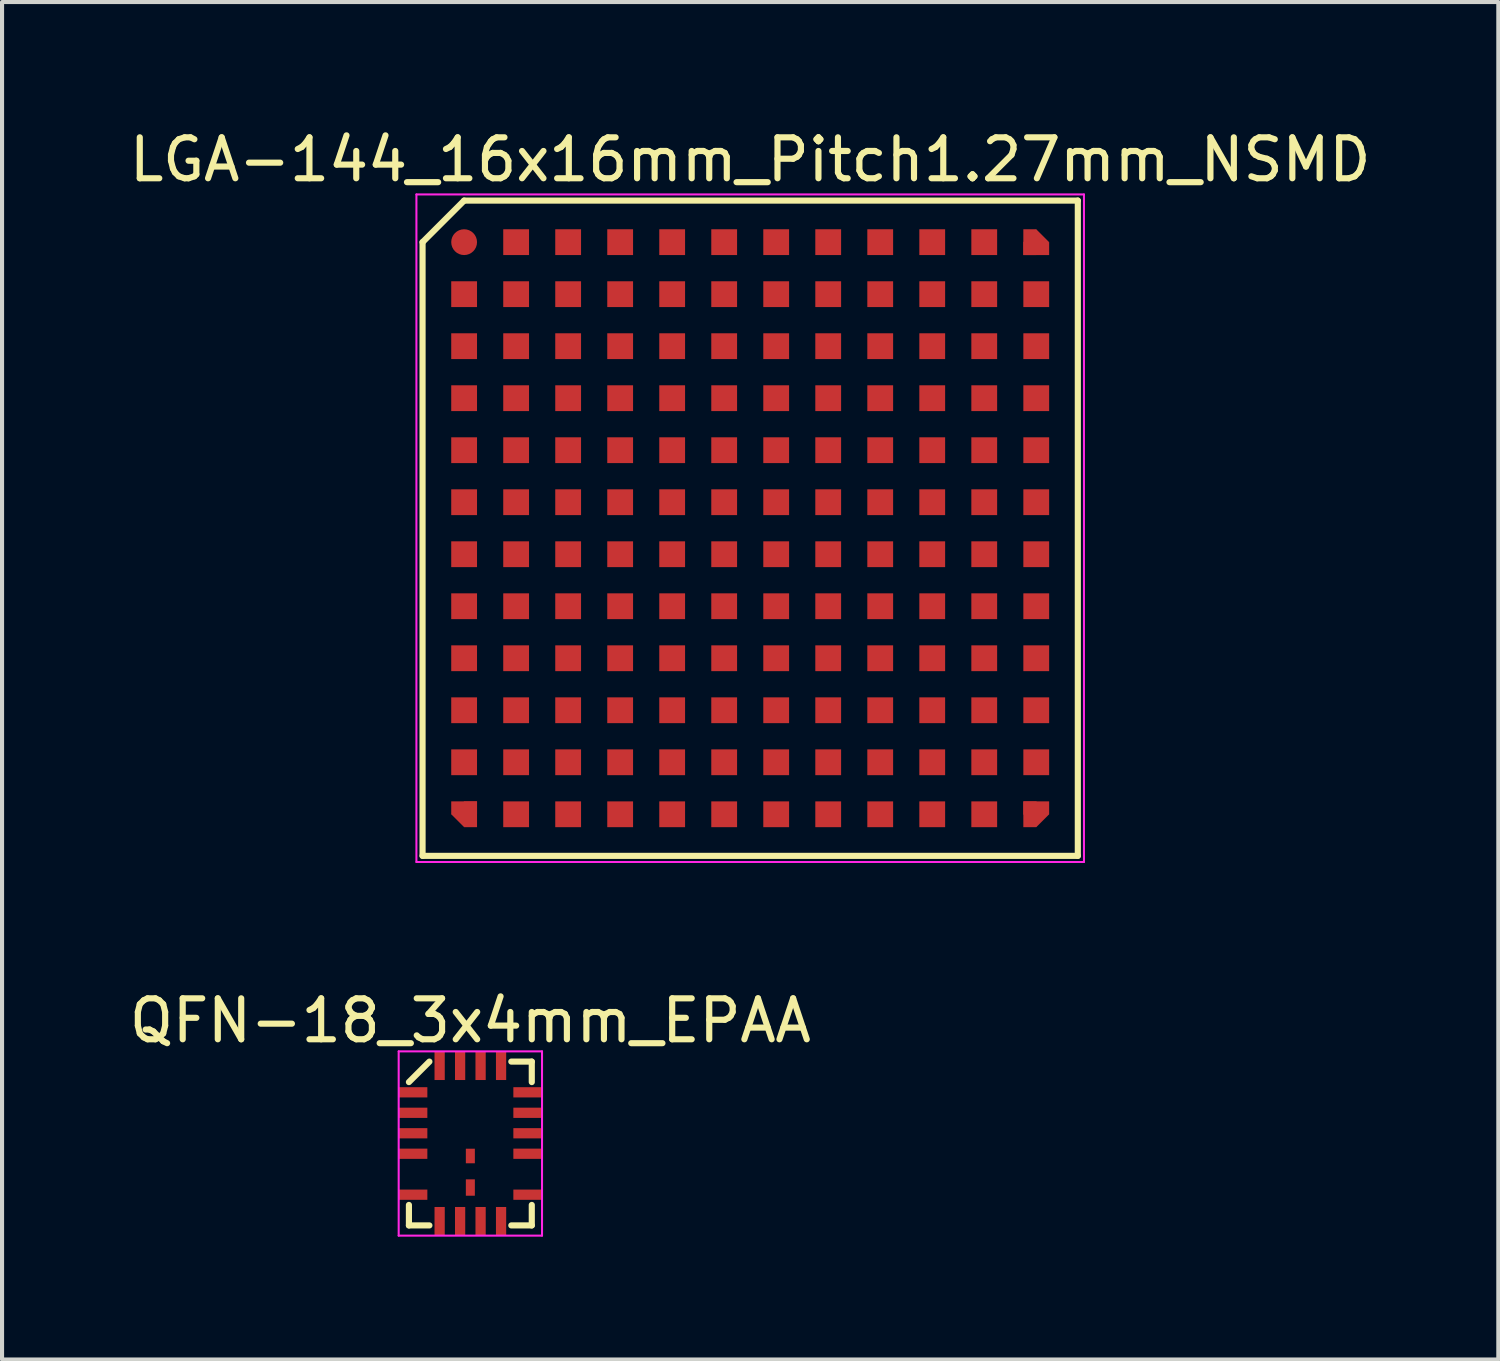
<source format=kicad_pcb>
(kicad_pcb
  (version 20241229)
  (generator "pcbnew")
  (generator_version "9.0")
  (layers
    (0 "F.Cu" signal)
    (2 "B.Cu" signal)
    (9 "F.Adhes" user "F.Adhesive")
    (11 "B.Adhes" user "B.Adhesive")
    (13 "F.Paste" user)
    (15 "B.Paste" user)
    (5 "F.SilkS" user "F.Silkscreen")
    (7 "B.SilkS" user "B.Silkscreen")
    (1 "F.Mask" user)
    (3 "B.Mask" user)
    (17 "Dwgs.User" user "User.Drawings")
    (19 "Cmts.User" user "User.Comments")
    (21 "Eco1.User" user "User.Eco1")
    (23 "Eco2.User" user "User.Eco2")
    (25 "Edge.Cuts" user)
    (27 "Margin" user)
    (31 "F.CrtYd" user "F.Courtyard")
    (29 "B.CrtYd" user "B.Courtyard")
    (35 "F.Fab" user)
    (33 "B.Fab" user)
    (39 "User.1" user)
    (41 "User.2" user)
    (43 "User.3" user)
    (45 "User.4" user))
  (footprint "QFN-18_3x4mm_EPAA"
    (layer "F.Cu")
    (at 8.435 24.872)
    (property "Reference" "QFN-18_3x4mm_EPAA" (at 0 -3 0) (layer "F.SilkS") (effects (font (size 1 1) (thickness 0.15))))
    (attr smd)
    (fp_line (start -1.5 1.5) (end -1.5 2) (stroke (width 0.15) (type solid)) (layer "F.SilkS"))
    (fp_line (start -1.5 2) (end -1 2) (stroke (width 0.15) (type solid)) (layer "F.SilkS"))
    (fp_line (start -1 -2) (end -1.5 -1.5) (stroke (width 0.15) (type solid)) (layer "F.SilkS"))
    (fp_line (start 1 2) (end 1.5 2) (stroke (width 0.15) (type solid)) (layer "F.SilkS"))
    (fp_line (start 1.5 -2) (end 1 -2) (stroke (width 0.15) (type solid)) (layer "F.SilkS"))
    (fp_line (start 1.5 -1.5) (end 1.5 -2) (stroke (width 0.15) (type solid)) (layer "F.SilkS"))
    (fp_line (start 1.5 2) (end 1.5 1.5) (stroke (width 0.15) (type solid)) (layer "F.SilkS"))
    (fp_line (start -1.75 -2.25) (end 1.75 -2.25) (stroke (width 0.05) (type solid)) (layer "F.CrtYd"))
    (fp_line (start -1.75 2.25) (end -1.75 -2.25) (stroke (width 0.05) (type solid)) (layer "F.CrtYd"))
    (fp_line (start 1.75 -2.25) (end 1.75 2.25) (stroke (width 0.05) (type solid)) (layer "F.CrtYd"))
    (fp_line (start 1.75 2.25) (end -1.75 2.25) (stroke (width 0.05) (type solid)) (layer "F.CrtYd"))
    (pad "1" smd rect (at -1.4 -1.25 90) (size 0.25 0.7) (layers "F.Cu" "F.Mask" "F.Paste"))
    (pad "2" smd rect (at -1.4 -0.75 90) (size 0.25 0.7) (layers "F.Cu" "F.Mask" "F.Paste"))
    (pad "3" smd rect (at -1.4 -0.25 90) (size 0.25 0.7) (layers "F.Cu" "F.Mask" "F.Paste"))
    (pad "4" smd rect (at -1.4 0.25 90) (size 0.25 0.7) (layers "F.Cu" "F.Mask" "F.Paste"))
    (pad "6" smd rect (at -1.4 1.25 90) (size 0.25 0.7) (layers "F.Cu" "F.Mask" "F.Paste"))
    (pad "7" smd rect (at -0.75 1.9) (size 0.25 0.7) (layers "F.Cu" "F.Mask" "F.Paste"))
    (pad "8" smd rect (at -0.25 1.9) (size 0.25 0.7) (layers "F.Cu" "F.Mask" "F.Paste"))
    (pad "9" smd rect (at 0.25 1.9) (size 0.25 0.7) (layers "F.Cu" "F.Mask" "F.Paste"))
    (pad "10" smd rect (at 0.75 1.9) (size 0.25 0.7) (layers "F.Cu" "F.Mask" "F.Paste"))
    (pad "11" smd rect (at 1.4 1.25 90) (size 0.25 0.7) (layers "F.Cu" "F.Mask" "F.Paste"))
    (pad "13" smd rect (at 1.4 0.25 90) (size 0.25 0.7) (layers "F.Cu" "F.Mask" "F.Paste"))
    (pad "14" smd rect (at 1.4 -0.25 90) (size 0.25 0.7) (layers "F.Cu" "F.Mask" "F.Paste"))
    (pad "15" smd rect (at 1.4 -0.75 90) (size 0.25 0.7) (layers "F.Cu" "F.Mask" "F.Paste"))
    (pad "16" smd rect (at 1.4 -1.25 90) (size 0.25 0.7) (layers "F.Cu" "F.Mask" "F.Paste"))
    (pad "17" smd rect (at 0.75 -1.9) (size 0.25 0.7) (layers "F.Cu" "F.Mask" "F.Paste"))
    (pad "18" smd rect (at 0.25 -1.9) (size 0.25 0.7) (layers "F.Cu" "F.Mask" "F.Paste"))
    (pad "19" smd rect (at -0.25 -1.9) (size 0.25 0.7) (layers "F.Cu" "F.Mask" "F.Paste"))
    (pad "20" smd rect (at -0.75 -1.9) (size 0.25 0.7) (layers "F.Cu" "F.Mask" "F.Paste"))
    (pad "21" smd rect (at 0 1.075) (size 0.22 0.4) (layers "F.Cu" "F.Mask" "F.Paste"))
    (pad "22" smd rect (at 0 0.305) (size 0.22 0.356) (layers "F.Cu" "F.Mask" "F.Paste")))
  (footprint "LGA-144_16x16mm_Pitch1.27mm_NSMD"
    (layer "F.Cu")
    (at 15.268 9.848)
    (property "Reference" "LGA-144_16x16mm_Pitch1.27mm_NSMD" (at 0 -9 0) (layer "F.SilkS") (effects (font (size 1 1) (thickness 0.15))))
    (attr smd)
    (fp_line (start -8 -6.985) (end -8 8) (stroke (width 0.15) (type solid)) (layer "F.SilkS"))
    (fp_line (start -8 8) (end 8 8) (stroke (width 0.15) (type solid)) (layer "F.SilkS"))
    (fp_line (start -6.985 -8) (end -8 -6.985) (stroke (width 0.15) (type solid)) (layer "F.SilkS"))
    (fp_line (start 8 -8) (end -6.985 -8) (stroke (width 0.15) (type solid)) (layer "F.SilkS"))
    (fp_line (start 8 8) (end 8 -8) (stroke (width 0.15) (type solid)) (layer "F.SilkS"))
    (fp_line (start -8.15 -8.15) (end 8.15 -8.15) (stroke (width 0.05) (type solid)) (layer "F.CrtYd"))
    (fp_line (start -8.15 8.15) (end -8.15 -8.15) (stroke (width 0.05) (type solid)) (layer "F.CrtYd"))
    (fp_line (start 8.15 -8.15) (end 8.15 8.15) (stroke (width 0.05) (type solid)) (layer "F.CrtYd"))
    (fp_line (start 8.15 8.15) (end -8.15 8.15) (stroke (width 0.05) (type solid)) (layer "F.CrtYd"))
    (pad "A1" smd circle (at -6.985 -6.985) (size 0.63 0.63) (layers "F.Cu" "F.Mask" "F.Paste"))
    (pad "A2" smd rect (at -6.985 -5.715) (size 0.63 0.63) (layers "F.Cu" "F.Mask" "F.Paste"))
    (pad "A3" smd rect (at -6.985 -4.445) (size 0.63 0.63) (layers "F.Cu" "F.Mask" "F.Paste"))
    (pad "A4" smd rect (at -6.985 -3.175) (size 0.63 0.63) (layers "F.Cu" "F.Mask" "F.Paste"))
    (pad "A5" smd rect (at -6.985 -1.905) (size 0.63 0.63) (layers "F.Cu" "F.Mask" "F.Paste"))
    (pad "A6" smd rect (at -6.985 -0.635) (size 0.63 0.63) (layers "F.Cu" "F.Mask" "F.Paste"))
    (pad "A7" smd rect (at -6.985 0.635) (size 0.63 0.63) (layers "F.Cu" "F.Mask" "F.Paste"))
    (pad "A8" smd rect (at -6.985 1.905) (size 0.63 0.63) (layers "F.Cu" "F.Mask" "F.Paste"))
    (pad "A9" smd rect (at -6.985 3.175) (size 0.63 0.63) (layers "F.Cu" "F.Mask" "F.Paste"))
    (pad "A10" smd rect (at -6.985 4.445) (size 0.63 0.63) (layers "F.Cu" "F.Mask" "F.Paste"))
    (pad "A11" smd rect (at -6.985 5.715) (size 0.63 0.63) (layers "F.Cu" "F.Mask" "F.Paste"))
    (pad "A12" smd rect (at -6.985 6.985 180) (size 0.315 0.63) (drill (offset -0.158 0)) (layers "F.Cu" "F.Mask" "F.Paste"))
    (pad "A12" smd rect (at -6.985 6.985 225) (size 0.445 0.445) (layers "F.Cu" "F.Mask" "F.Paste"))
    (pad "A12" smd rect (at -6.985 6.985 180) (size 0.63 0.315) (drill (offset 0 0.158)) (layers "F.Cu" "F.Mask" "F.Paste"))
    (pad "B1" smd rect (at -5.715 -6.985) (size 0.63 0.63) (layers "F.Cu" "F.Mask" "F.Paste"))
    (pad "B2" smd rect (at -5.715 -5.715) (size 0.63 0.63) (layers "F.Cu" "F.Mask" "F.Paste"))
    (pad "B3" smd rect (at -5.715 -4.445) (size 0.63 0.63) (layers "F.Cu" "F.Mask" "F.Paste"))
    (pad "B4" smd rect (at -5.715 -3.175) (size 0.63 0.63) (layers "F.Cu" "F.Mask" "F.Paste"))
    (pad "B5" smd rect (at -5.715 -1.905) (size 0.63 0.63) (layers "F.Cu" "F.Mask" "F.Paste"))
    (pad "B6" smd rect (at -5.715 -0.635) (size 0.63 0.63) (layers "F.Cu" "F.Mask" "F.Paste"))
    (pad "B7" smd rect (at -5.715 0.635) (size 0.63 0.63) (layers "F.Cu" "F.Mask" "F.Paste"))
    (pad "B8" smd rect (at -5.715 1.905) (size 0.63 0.63) (layers "F.Cu" "F.Mask" "F.Paste"))
    (pad "B9" smd rect (at -5.715 3.175) (size 0.63 0.63) (layers "F.Cu" "F.Mask" "F.Paste"))
    (pad "B10" smd rect (at -5.715 4.445) (size 0.63 0.63) (layers "F.Cu" "F.Mask" "F.Paste"))
    (pad "B11" smd rect (at -5.715 5.715) (size 0.63 0.63) (layers "F.Cu" "F.Mask" "F.Paste"))
    (pad "B12" smd rect (at -5.715 6.985) (size 0.63 0.63) (layers "F.Cu" "F.Mask" "F.Paste"))
    (pad "C1" smd rect (at -4.445 -6.985) (size 0.63 0.63) (layers "F.Cu" "F.Mask" "F.Paste"))
    (pad "C2" smd rect (at -4.445 -5.715) (size 0.63 0.63) (layers "F.Cu" "F.Mask" "F.Paste"))
    (pad "C3" smd rect (at -4.445 -4.445) (size 0.63 0.63) (layers "F.Cu" "F.Mask" "F.Paste"))
    (pad "C4" smd rect (at -4.445 -3.175) (size 0.63 0.63) (layers "F.Cu" "F.Mask" "F.Paste"))
    (pad "C5" smd rect (at -4.445 -1.905) (size 0.63 0.63) (layers "F.Cu" "F.Mask" "F.Paste"))
    (pad "C6" smd rect (at -4.445 -0.635) (size 0.63 0.63) (layers "F.Cu" "F.Mask" "F.Paste"))
    (pad "C7" smd rect (at -4.445 0.635) (size 0.63 0.63) (layers "F.Cu" "F.Mask" "F.Paste"))
    (pad "C8" smd rect (at -4.445 1.905) (size 0.63 0.63) (layers "F.Cu" "F.Mask" "F.Paste"))
    (pad "C9" smd rect (at -4.445 3.175) (size 0.63 0.63) (layers "F.Cu" "F.Mask" "F.Paste"))
    (pad "C10" smd rect (at -4.445 4.445) (size 0.63 0.63) (layers "F.Cu" "F.Mask" "F.Paste"))
    (pad "C11" smd rect (at -4.445 5.715) (size 0.63 0.63) (layers "F.Cu" "F.Mask" "F.Paste"))
    (pad "C12" smd rect (at -4.445 6.985) (size 0.63 0.63) (layers "F.Cu" "F.Mask" "F.Paste"))
    (pad "D1" smd rect (at -3.175 -6.985) (size 0.63 0.63) (layers "F.Cu" "F.Mask" "F.Paste"))
    (pad "D2" smd rect (at -3.175 -5.715) (size 0.63 0.63) (layers "F.Cu" "F.Mask" "F.Paste"))
    (pad "D3" smd rect (at -3.175 -4.445) (size 0.63 0.63) (layers "F.Cu" "F.Mask" "F.Paste"))
    (pad "D4" smd rect (at -3.175 -3.175) (size 0.63 0.63) (layers "F.Cu" "F.Mask" "F.Paste"))
    (pad "D5" smd rect (at -3.175 -1.905) (size 0.63 0.63) (layers "F.Cu" "F.Mask" "F.Paste"))
    (pad "D6" smd rect (at -3.175 -0.635) (size 0.63 0.63) (layers "F.Cu" "F.Mask" "F.Paste"))
    (pad "D7" smd rect (at -3.175 0.635) (size 0.63 0.63) (layers "F.Cu" "F.Mask" "F.Paste"))
    (pad "D8" smd rect (at -3.175 1.905) (size 0.63 0.63) (layers "F.Cu" "F.Mask" "F.Paste"))
    (pad "D9" smd rect (at -3.175 3.175) (size 0.63 0.63) (layers "F.Cu" "F.Mask" "F.Paste"))
    (pad "D10" smd rect (at -3.175 4.445) (size 0.63 0.63) (layers "F.Cu" "F.Mask" "F.Paste"))
    (pad "D11" smd rect (at -3.175 5.715) (size 0.63 0.63) (layers "F.Cu" "F.Mask" "F.Paste"))
    (pad "D12" smd rect (at -3.175 6.985) (size 0.63 0.63) (layers "F.Cu" "F.Mask" "F.Paste"))
    (pad "E1" smd rect (at -1.905 -6.985) (size 0.63 0.63) (layers "F.Cu" "F.Mask" "F.Paste"))
    (pad "E2" smd rect (at -1.905 -5.715) (size 0.63 0.63) (layers "F.Cu" "F.Mask" "F.Paste"))
    (pad "E3" smd rect (at -1.905 -4.445) (size 0.63 0.63) (layers "F.Cu" "F.Mask" "F.Paste"))
    (pad "E4" smd rect (at -1.905 -3.175) (size 0.63 0.63) (layers "F.Cu" "F.Mask" "F.Paste"))
    (pad "E5" smd rect (at -1.905 -1.905) (size 0.63 0.63) (layers "F.Cu" "F.Mask" "F.Paste"))
    (pad "E6" smd rect (at -1.905 -0.635) (size 0.63 0.63) (layers "F.Cu" "F.Mask" "F.Paste"))
    (pad "E7" smd rect (at -1.905 0.635) (size 0.63 0.63) (layers "F.Cu" "F.Mask" "F.Paste"))
    (pad "E8" smd rect (at -1.905 1.905) (size 0.63 0.63) (layers "F.Cu" "F.Mask" "F.Paste"))
    (pad "E9" smd rect (at -1.905 3.175) (size 0.63 0.63) (layers "F.Cu" "F.Mask" "F.Paste"))
    (pad "E10" smd rect (at -1.905 4.445) (size 0.63 0.63) (layers "F.Cu" "F.Mask" "F.Paste"))
    (pad "E11" smd rect (at -1.905 5.715) (size 0.63 0.63) (layers "F.Cu" "F.Mask" "F.Paste"))
    (pad "E12" smd rect (at -1.905 6.985) (size 0.63 0.63) (layers "F.Cu" "F.Mask" "F.Paste"))
    (pad "F1" smd rect (at -0.635 -6.985) (size 0.63 0.63) (layers "F.Cu" "F.Mask" "F.Paste"))
    (pad "F2" smd rect (at -0.635 -5.715) (size 0.63 0.63) (layers "F.Cu" "F.Mask" "F.Paste"))
    (pad "F3" smd rect (at -0.635 -4.445) (size 0.63 0.63) (layers "F.Cu" "F.Mask" "F.Paste"))
    (pad "F4" smd rect (at -0.635 -3.175) (size 0.63 0.63) (layers "F.Cu" "F.Mask" "F.Paste"))
    (pad "F5" smd rect (at -0.635 -1.905) (size 0.63 0.63) (layers "F.Cu" "F.Mask" "F.Paste"))
    (pad "F6" smd rect (at -0.635 -0.635) (size 0.63 0.63) (layers "F.Cu" "F.Mask" "F.Paste"))
    (pad "F7" smd rect (at -0.635 0.635) (size 0.63 0.63) (layers "F.Cu" "F.Mask" "F.Paste"))
    (pad "F8" smd rect (at -0.635 1.905) (size 0.63 0.63) (layers "F.Cu" "F.Mask" "F.Paste"))
    (pad "F9" smd rect (at -0.635 3.175) (size 0.63 0.63) (layers "F.Cu" "F.Mask" "F.Paste"))
    (pad "F10" smd rect (at -0.635 4.445) (size 0.63 0.63) (layers "F.Cu" "F.Mask" "F.Paste"))
    (pad "F11" smd rect (at -0.635 5.715) (size 0.63 0.63) (layers "F.Cu" "F.Mask" "F.Paste"))
    (pad "F12" smd rect (at -0.635 6.985) (size 0.63 0.63) (layers "F.Cu" "F.Mask" "F.Paste"))
    (pad "G1" smd rect (at 0.635 -6.985) (size 0.63 0.63) (layers "F.Cu" "F.Mask" "F.Paste"))
    (pad "G2" smd rect (at 0.635 -5.715) (size 0.63 0.63) (layers "F.Cu" "F.Mask" "F.Paste"))
    (pad "G3" smd rect (at 0.635 -4.445) (size 0.63 0.63) (layers "F.Cu" "F.Mask" "F.Paste"))
    (pad "G4" smd rect (at 0.635 -3.175) (size 0.63 0.63) (layers "F.Cu" "F.Mask" "F.Paste"))
    (pad "G5" smd rect (at 0.635 -1.905) (size 0.63 0.63) (layers "F.Cu" "F.Mask" "F.Paste"))
    (pad "G6" smd rect (at 0.635 -0.635) (size 0.63 0.63) (layers "F.Cu" "F.Mask" "F.Paste"))
    (pad "G7" smd rect (at 0.635 0.635) (size 0.63 0.63) (layers "F.Cu" "F.Mask" "F.Paste"))
    (pad "G8" smd rect (at 0.635 1.905) (size 0.63 0.63) (layers "F.Cu" "F.Mask" "F.Paste"))
    (pad "G9" smd rect (at 0.635 3.175) (size 0.63 0.63) (layers "F.Cu" "F.Mask" "F.Paste"))
    (pad "G10" smd rect (at 0.635 4.445) (size 0.63 0.63) (layers "F.Cu" "F.Mask" "F.Paste"))
    (pad "G11" smd rect (at 0.635 5.715) (size 0.63 0.63) (layers "F.Cu" "F.Mask" "F.Paste"))
    (pad "G12" smd rect (at 0.635 6.985) (size 0.63 0.63) (layers "F.Cu" "F.Mask" "F.Paste"))
    (pad "H1" smd rect (at 1.905 -6.985) (size 0.63 0.63) (layers "F.Cu" "F.Mask" "F.Paste"))
    (pad "H2" smd rect (at 1.905 -5.715) (size 0.63 0.63) (layers "F.Cu" "F.Mask" "F.Paste"))
    (pad "H3" smd rect (at 1.905 -4.445) (size 0.63 0.63) (layers "F.Cu" "F.Mask" "F.Paste"))
    (pad "H4" smd rect (at 1.905 -3.175) (size 0.63 0.63) (layers "F.Cu" "F.Mask" "F.Paste"))
    (pad "H5" smd rect (at 1.905 -1.905) (size 0.63 0.63) (layers "F.Cu" "F.Mask" "F.Paste"))
    (pad "H6" smd rect (at 1.905 -0.635) (size 0.63 0.63) (layers "F.Cu" "F.Mask" "F.Paste"))
    (pad "H7" smd rect (at 1.905 0.635) (size 0.63 0.63) (layers "F.Cu" "F.Mask" "F.Paste"))
    (pad "H8" smd rect (at 1.905 1.905) (size 0.63 0.63) (layers "F.Cu" "F.Mask" "F.Paste"))
    (pad "H9" smd rect (at 1.905 3.175) (size 0.63 0.63) (layers "F.Cu" "F.Mask" "F.Paste"))
    (pad "H10" smd rect (at 1.905 4.445) (size 0.63 0.63) (layers "F.Cu" "F.Mask" "F.Paste"))
    (pad "H11" smd rect (at 1.905 5.715) (size 0.63 0.63) (layers "F.Cu" "F.Mask" "F.Paste"))
    (pad "H12" smd rect (at 1.905 6.985) (size 0.63 0.63) (layers "F.Cu" "F.Mask" "F.Paste"))
    (pad "J1" smd rect (at 3.175 -6.985) (size 0.63 0.63) (layers "F.Cu" "F.Mask" "F.Paste"))
    (pad "J2" smd rect (at 3.175 -5.715) (size 0.63 0.63) (layers "F.Cu" "F.Mask" "F.Paste"))
    (pad "J3" smd rect (at 3.175 -4.445) (size 0.63 0.63) (layers "F.Cu" "F.Mask" "F.Paste"))
    (pad "J4" smd rect (at 3.175 -3.175) (size 0.63 0.63) (layers "F.Cu" "F.Mask" "F.Paste"))
    (pad "J5" smd rect (at 3.175 -1.905) (size 0.63 0.63) (layers "F.Cu" "F.Mask" "F.Paste"))
    (pad "J6" smd rect (at 3.175 -0.635) (size 0.63 0.63) (layers "F.Cu" "F.Mask" "F.Paste"))
    (pad "J7" smd rect (at 3.175 0.635) (size 0.63 0.63) (layers "F.Cu" "F.Mask" "F.Paste"))
    (pad "J8" smd rect (at 3.175 1.905) (size 0.63 0.63) (layers "F.Cu" "F.Mask" "F.Paste"))
    (pad "J9" smd rect (at 3.175 3.175) (size 0.63 0.63) (layers "F.Cu" "F.Mask" "F.Paste"))
    (pad "J10" smd rect (at 3.175 4.445) (size 0.63 0.63) (layers "F.Cu" "F.Mask" "F.Paste"))
    (pad "J11" smd rect (at 3.175 5.715) (size 0.63 0.63) (layers "F.Cu" "F.Mask" "F.Paste"))
    (pad "J12" smd rect (at 3.175 6.985) (size 0.63 0.63) (layers "F.Cu" "F.Mask" "F.Paste"))
    (pad "K1" smd rect (at 4.445 -6.985) (size 0.63 0.63) (layers "F.Cu" "F.Mask" "F.Paste"))
    (pad "K2" smd rect (at 4.445 -5.715) (size 0.63 0.63) (layers "F.Cu" "F.Mask" "F.Paste"))
    (pad "K3" smd rect (at 4.445 -4.445) (size 0.63 0.63) (layers "F.Cu" "F.Mask" "F.Paste"))
    (pad "K4" smd rect (at 4.445 -3.175) (size 0.63 0.63) (layers "F.Cu" "F.Mask" "F.Paste"))
    (pad "K5" smd rect (at 4.445 -1.905) (size 0.63 0.63) (layers "F.Cu" "F.Mask" "F.Paste"))
    (pad "K6" smd rect (at 4.445 -0.635) (size 0.63 0.63) (layers "F.Cu" "F.Mask" "F.Paste"))
    (pad "K7" smd rect (at 4.445 0.635) (size 0.63 0.63) (layers "F.Cu" "F.Mask" "F.Paste"))
    (pad "K8" smd rect (at 4.445 1.905) (size 0.63 0.63) (layers "F.Cu" "F.Mask" "F.Paste"))
    (pad "K9" smd rect (at 4.445 3.175) (size 0.63 0.63) (layers "F.Cu" "F.Mask" "F.Paste"))
    (pad "K10" smd rect (at 4.445 4.445) (size 0.63 0.63) (layers "F.Cu" "F.Mask" "F.Paste"))
    (pad "K11" smd rect (at 4.445 5.715) (size 0.63 0.63) (layers "F.Cu" "F.Mask" "F.Paste"))
    (pad "K12" smd rect (at 4.445 6.985) (size 0.63 0.63) (layers "F.Cu" "F.Mask" "F.Paste"))
    (pad "L1" smd rect (at 5.715 -6.985) (size 0.63 0.63) (layers "F.Cu" "F.Mask" "F.Paste"))
    (pad "L2" smd rect (at 5.715 -5.715) (size 0.63 0.63) (layers "F.Cu" "F.Mask" "F.Paste"))
    (pad "L3" smd rect (at 5.715 -4.445) (size 0.63 0.63) (layers "F.Cu" "F.Mask" "F.Paste"))
    (pad "L4" smd rect (at 5.715 -3.175) (size 0.63 0.63) (layers "F.Cu" "F.Mask" "F.Paste"))
    (pad "L5" smd rect (at 5.715 -1.905) (size 0.63 0.63) (layers "F.Cu" "F.Mask" "F.Paste"))
    (pad "L6" smd rect (at 5.715 -0.635) (size 0.63 0.63) (layers "F.Cu" "F.Mask" "F.Paste"))
    (pad "L7" smd rect (at 5.715 0.635) (size 0.63 0.63) (layers "F.Cu" "F.Mask" "F.Paste"))
    (pad "L8" smd rect (at 5.715 1.905) (size 0.63 0.63) (layers "F.Cu" "F.Mask" "F.Paste"))
    (pad "L9" smd rect (at 5.715 3.175) (size 0.63 0.63) (layers "F.Cu" "F.Mask" "F.Paste"))
    (pad "L10" smd rect (at 5.715 4.445) (size 0.63 0.63) (layers "F.Cu" "F.Mask" "F.Paste"))
    (pad "L11" smd rect (at 5.715 5.715) (size 0.63 0.63) (layers "F.Cu" "F.Mask" "F.Paste"))
    (pad "L12" smd rect (at 5.715 6.985) (size 0.63 0.63) (layers "F.Cu" "F.Mask" "F.Paste"))
    (pad "M1" smd rect (at 6.985 -6.985) (size 0.315 0.63) (drill (offset -0.158 0)) (layers "F.Cu" "F.Mask" "F.Paste"))
    (pad "M1" smd rect (at 6.985 -6.985 45) (size 0.445 0.445) (layers "F.Cu" "F.Mask" "F.Paste"))
    (pad "M1" smd trapezoid (at 6.985 -6.985) (size 0.63 0.315) (drill (offset 0 0.158)) (layers "F.Cu" "F.Mask" "F.Paste"))
    (pad "M2" smd rect (at 6.985 -5.715) (size 0.63 0.63) (layers "F.Cu" "F.Mask" "F.Paste"))
    (pad "M3" smd rect (at 6.985 -4.445) (size 0.63 0.63) (layers "F.Cu" "F.Mask" "F.Paste"))
    (pad "M4" smd rect (at 6.985 -3.175) (size 0.63 0.63) (layers "F.Cu" "F.Mask" "F.Paste"))
    (pad "M5" smd rect (at 6.985 -1.905) (size 0.63 0.63) (layers "F.Cu" "F.Mask" "F.Paste"))
    (pad "M6" smd rect (at 6.985 -0.635) (size 0.63 0.63) (layers "F.Cu" "F.Mask" "F.Paste"))
    (pad "M7" smd rect (at 6.985 0.635) (size 0.63 0.63) (layers "F.Cu" "F.Mask" "F.Paste"))
    (pad "M8" smd rect (at 6.985 1.905) (size 0.63 0.63) (layers "F.Cu" "F.Mask" "F.Paste"))
    (pad "M9" smd rect (at 6.985 3.175) (size 0.63 0.63) (layers "F.Cu" "F.Mask" "F.Paste"))
    (pad "M10" smd rect (at 6.985 4.445) (size 0.63 0.63) (layers "F.Cu" "F.Mask" "F.Paste"))
    (pad "M11" smd rect (at 6.985 5.715) (size 0.63 0.63) (layers "F.Cu" "F.Mask" "F.Paste"))
    (pad "M12" smd rect (at 6.985 6.985 270) (size 0.315 0.63) (drill (offset -0.158 0)) (layers "F.Cu" "F.Mask" "F.Paste"))
    (pad "M12" smd rect (at 6.985 6.985 315) (size 0.445 0.445) (layers "F.Cu" "F.Mask" "F.Paste"))
    (pad "M12" smd rect (at 6.985 6.985 270) (size 0.63 0.315) (drill (offset 0 0.158)) (layers "F.Cu" "F.Mask" "F.Paste")))
  (gr_rect
    (start -3 -3)
    (end 33.536 30.146)
    (stroke (width 0.1) (type default))
    (fill no)
    (layer "Edge.Cuts")))
</source>
